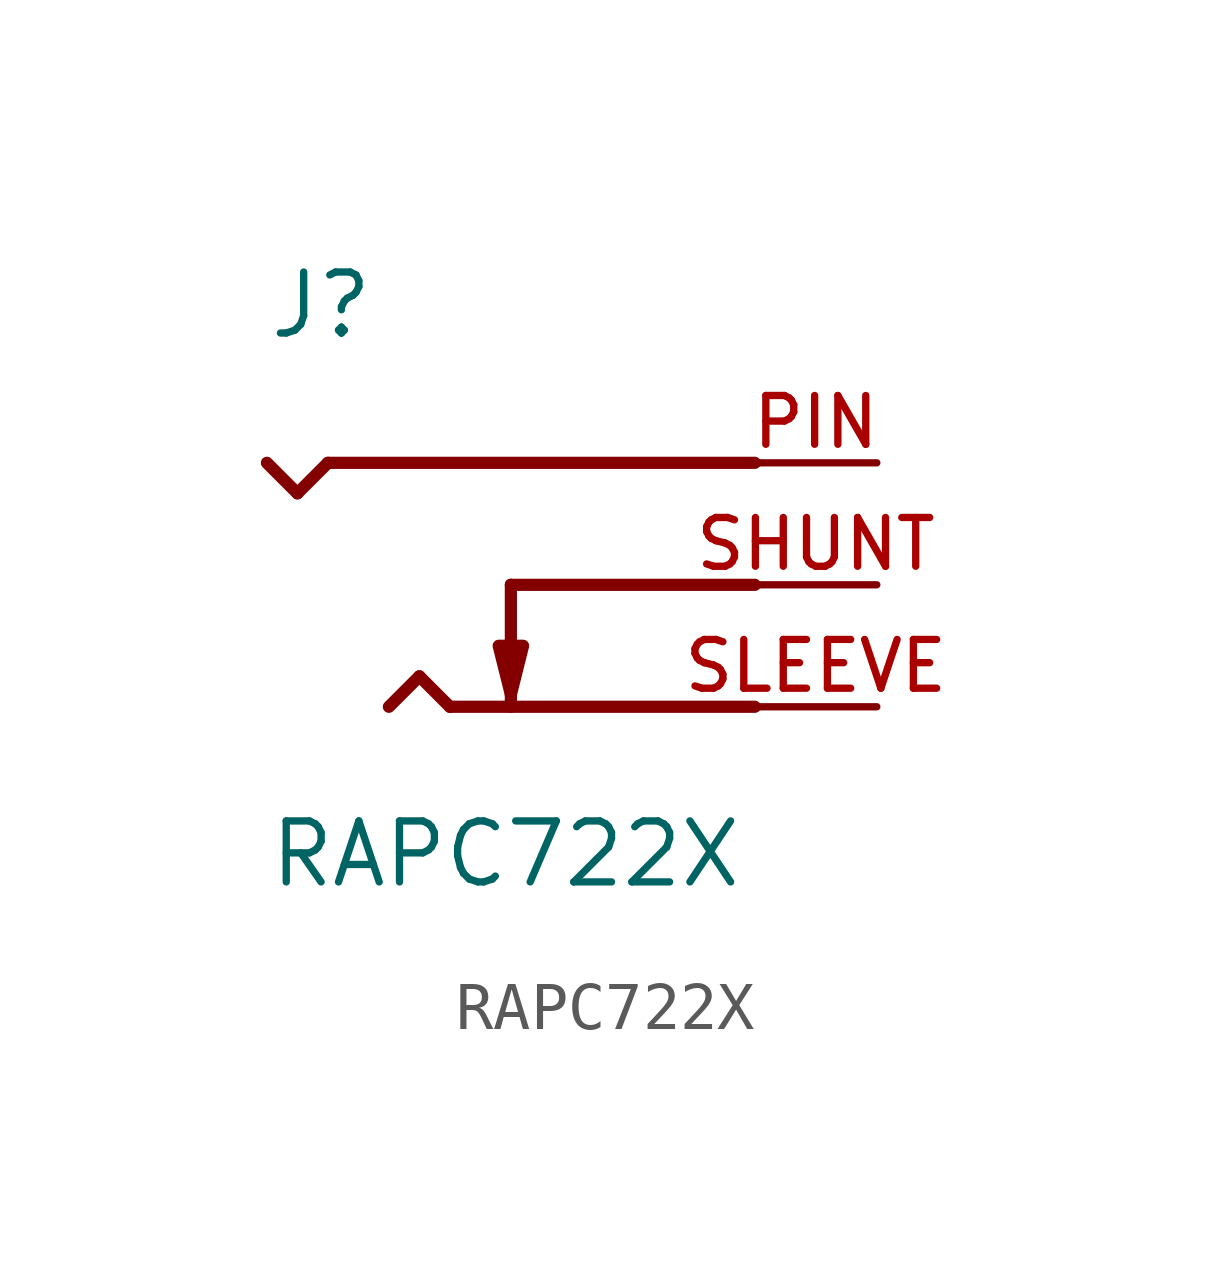
<source format=kicad_sym>
(kicad_symbol_lib
  (version 20211014)
  (generator kicad_symbol_editor)
  (symbol "RAPC722X"
    (pin_names
      (offset 1.016) hide)
    (property "Reference" "J"
      (at -5.08 5.08 0)
      (effects (font (size 1.27 1.27)) (justify left bottom)))
    (property "Value" "RAPC722X"
      (at -5.08 -6.35 0)
      (effects (font (size 1.27 1.27)) (justify left bottom)))
    (property "ki_locked" ""
      (at 0 0 0)
      (effects (font (size 1.27 1.27))))
    (symbol "RAPC722X_0_0"
      (polyline (pts (xy -4.445 1.905) (xy -5.08 2.54)) (stroke (width 0.254) (type default) (color 0 0 0 0)) (fill (type none)))
      (polyline (pts (xy -3.81 2.54) (xy -4.445 1.905)) (stroke (width 0.254) (type default) (color 0 0 0 0)) (fill (type none)))
      (polyline (pts (xy -1.905 -1.905) (xy -2.54 -2.54)) (stroke (width 0.254) (type default) (color 0 0 0 0)) (fill (type none)))
      (polyline (pts (xy -1.27 -2.54) (xy -1.905 -1.905)) (stroke (width 0.254) (type default) (color 0 0 0 0)) (fill (type none)))
      (polyline (pts (xy 0 0) (xy 0 -2.54)) (stroke (width 0.254) (type default) (color 0 0 0 0)) (fill (type none)))
      (polyline (pts (xy 0 0) (xy 5.08 0)) (stroke (width 0.254) (type default) (color 0 0 0 0)) (fill (type none)))
      (polyline (pts (xy 5.08 -2.54) (xy -1.27 -2.54)) (stroke (width 0.254) (type default) (color 0 0 0 0)) (fill (type none)))
      (polyline (pts (xy 5.08 2.54) (xy -3.81 2.54)) (stroke (width 0.254) (type default) (color 0 0 0 0)) (fill (type none)))
      (polyline (pts (xy 0 -2.286) (xy 0.254 -1.27) (xy -0.254 -1.27) (xy 0 -2.286)) (stroke (width 0.254) (type default) (color 0 0 0 0)) (fill (type background)))
      (pin passive line (at 7.62 2.54 180) (length 2.54) (name "~" (effects (font (size 1.016 1.016)))) (number "PIN" (effects (font (size 1.016 1.016)))))
      (pin passive line (at 7.62 0 180) (length 2.54) (name "~" (effects (font (size 1.016 1.016)))) (number "SHUNT" (effects (font (size 1.016 1.016)))))
      (pin passive line (at 7.62 -2.54 180) (length 2.54) (name "~" (effects (font (size 1.016 1.016)))) (number "SLEEVE" (effects (font (size 1.016 1.016))))))))
</source>
